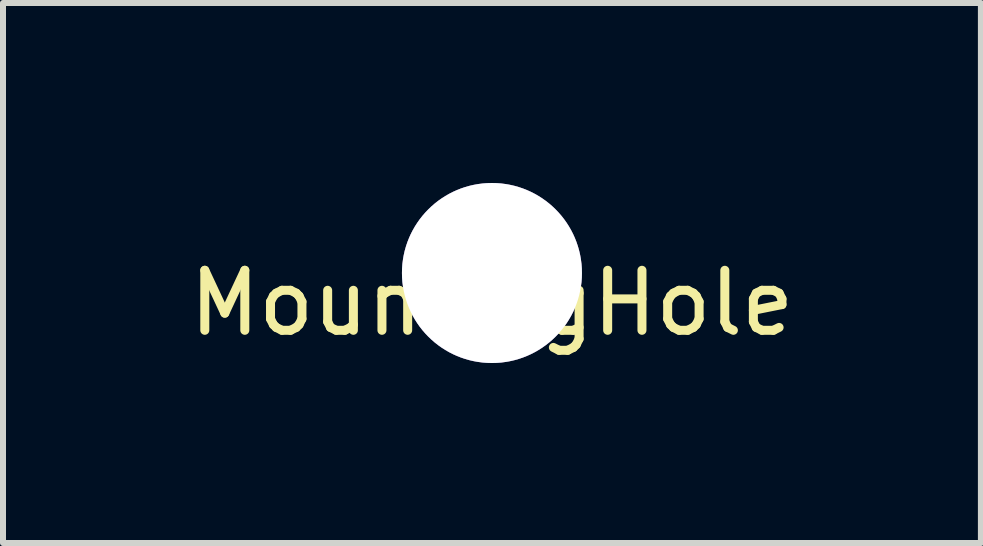
<source format=kicad_pcb>
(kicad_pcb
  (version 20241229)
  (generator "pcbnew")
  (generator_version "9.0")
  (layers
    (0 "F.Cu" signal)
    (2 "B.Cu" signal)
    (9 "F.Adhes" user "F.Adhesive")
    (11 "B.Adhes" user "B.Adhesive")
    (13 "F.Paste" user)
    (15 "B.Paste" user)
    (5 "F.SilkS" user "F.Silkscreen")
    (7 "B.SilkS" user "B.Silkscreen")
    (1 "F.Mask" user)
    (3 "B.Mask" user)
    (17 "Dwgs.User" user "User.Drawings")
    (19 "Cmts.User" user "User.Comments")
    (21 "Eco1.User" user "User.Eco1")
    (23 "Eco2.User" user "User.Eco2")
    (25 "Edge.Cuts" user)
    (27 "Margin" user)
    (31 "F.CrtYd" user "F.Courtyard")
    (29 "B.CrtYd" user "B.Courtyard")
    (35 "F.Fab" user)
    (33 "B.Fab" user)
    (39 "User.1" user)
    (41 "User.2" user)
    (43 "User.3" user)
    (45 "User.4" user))
  (footprint "MountingHole"
    (layer "F.Cu")
    (at 5.149 1.5)
    (property "Reference" "MountingHole" (at 0 0.5 0) (layer "F.SilkS") (effects (font (size 1 1) (thickness 0.15))))
    (attr through_hole)
    (pad "1" thru_hole circle (at 0 0) (size 3 3) (drill 3) (layers "*.Cu" "*.Mask")))
  (gr_rect
    (start -3 -3)
    (end 13.298 6)
    (stroke (width 0.1) (type default))
    (fill no)
    (layer "Edge.Cuts")))
</source>
